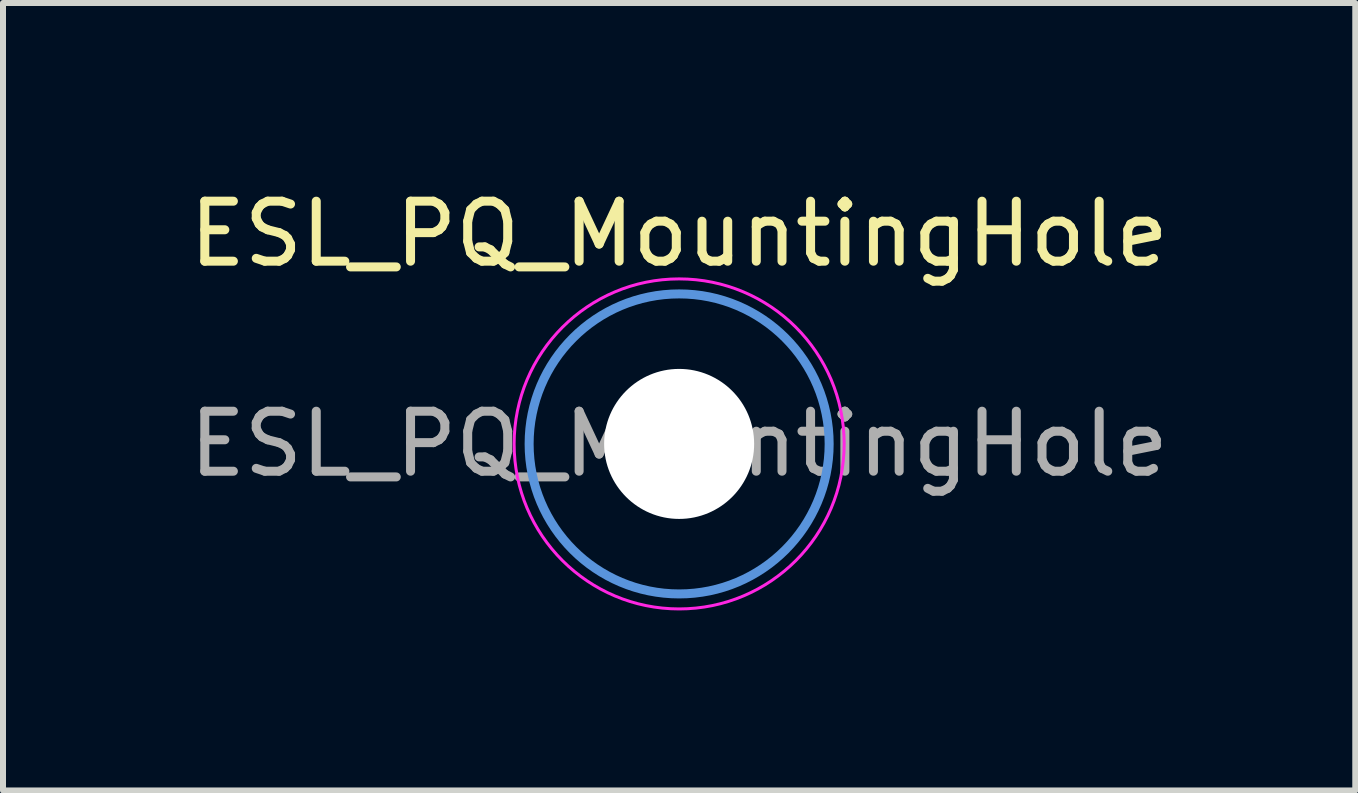
<source format=kicad_pcb>
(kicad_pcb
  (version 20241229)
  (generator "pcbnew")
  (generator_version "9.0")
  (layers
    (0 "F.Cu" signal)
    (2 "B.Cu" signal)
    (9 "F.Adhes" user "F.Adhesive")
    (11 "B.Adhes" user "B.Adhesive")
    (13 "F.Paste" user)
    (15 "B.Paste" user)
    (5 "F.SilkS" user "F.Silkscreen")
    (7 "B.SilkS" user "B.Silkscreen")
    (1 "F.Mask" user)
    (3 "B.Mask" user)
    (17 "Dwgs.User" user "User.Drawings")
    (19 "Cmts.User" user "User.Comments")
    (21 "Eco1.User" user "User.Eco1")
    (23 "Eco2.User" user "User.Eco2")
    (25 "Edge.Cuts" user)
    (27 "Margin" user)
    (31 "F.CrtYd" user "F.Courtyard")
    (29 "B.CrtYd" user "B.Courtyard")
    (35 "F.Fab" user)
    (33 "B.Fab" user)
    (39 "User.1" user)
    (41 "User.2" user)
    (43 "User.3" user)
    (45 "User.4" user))
  (footprint "ESL_PQ_MountingHole"
    (layer "F.Cu")
    (at 8.268 4.348)
    (property "Reference" "ESL_PQ_MountingHole" (at 0 -3.5 0) (layer "F.SilkS") (effects (font (size 1 1) (thickness 0.15))))
    (attr exclude_from_pos_files exclude_from_bom)
    (fp_circle (center 0 0) (end 2.5 0) (stroke (width 0.15) (type solid)) (fill no) (layer "Cmts.User"))
    (fp_circle (center 0 0) (end 2.75 0) (stroke (width 0.05) (type solid)) (fill no) (layer "F.CrtYd"))
    (fp_text user "${REFERENCE}" (at 0 0 0) (layer "F.Fab") (effects (font (size 1 1) (thickness 0.15))))
    (pad "" np_thru_hole circle (at 0 0) (size 2.5 2.5) (drill 2.5) (layers "*.Cu" "*.Mask")))
  (gr_rect
    (start -3 -3)
    (end 19.536 10.123)
    (stroke (width 0.1) (type default))
    (fill no)
    (layer "Edge.Cuts")))
</source>
